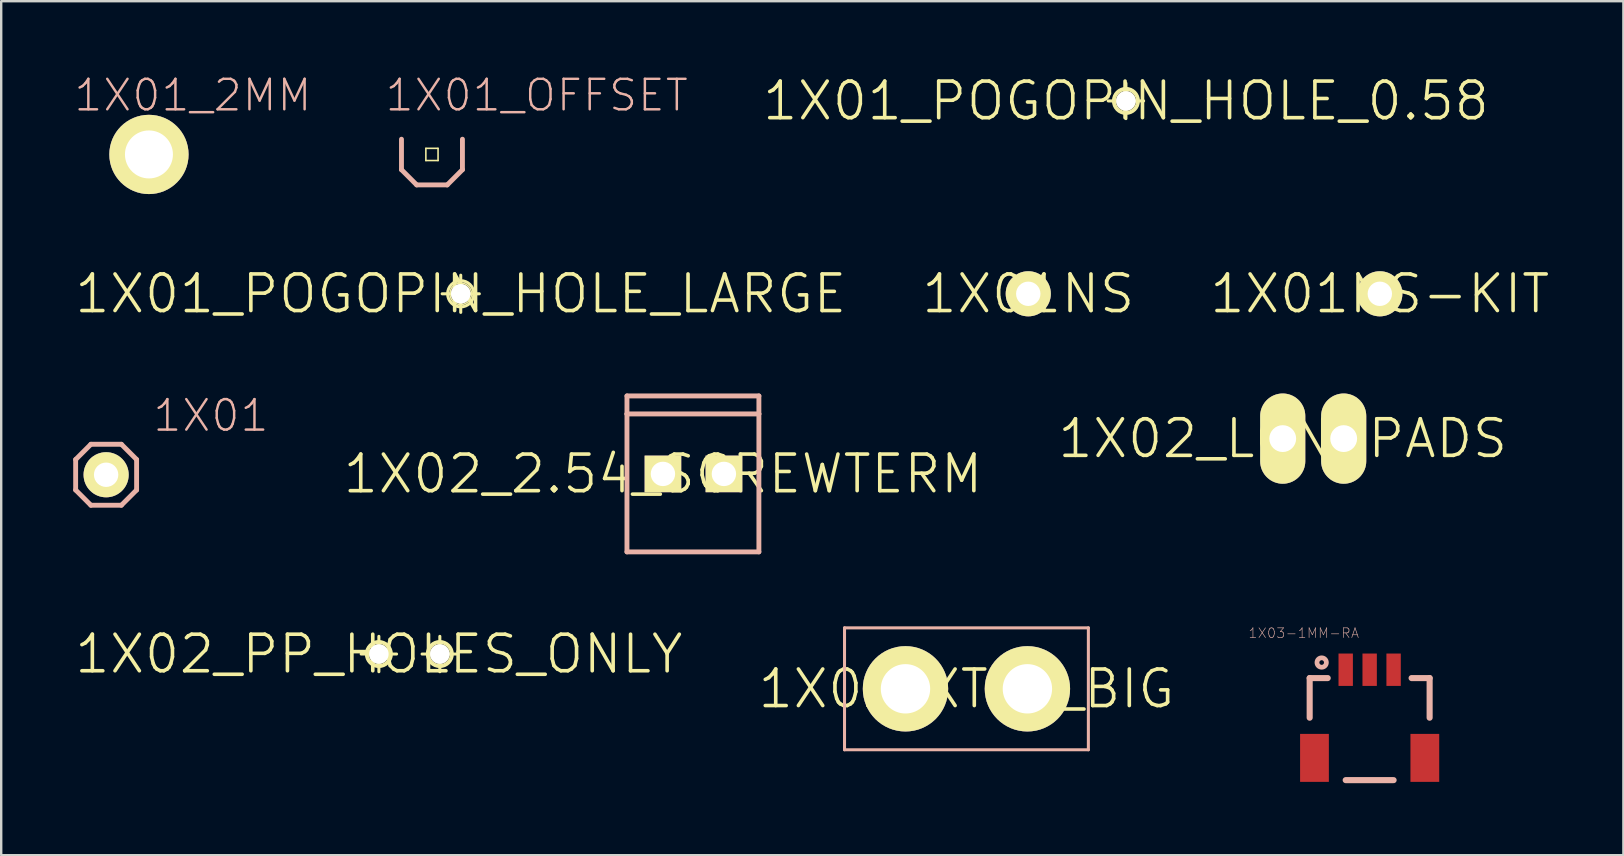
<source format=kicad_pcb>
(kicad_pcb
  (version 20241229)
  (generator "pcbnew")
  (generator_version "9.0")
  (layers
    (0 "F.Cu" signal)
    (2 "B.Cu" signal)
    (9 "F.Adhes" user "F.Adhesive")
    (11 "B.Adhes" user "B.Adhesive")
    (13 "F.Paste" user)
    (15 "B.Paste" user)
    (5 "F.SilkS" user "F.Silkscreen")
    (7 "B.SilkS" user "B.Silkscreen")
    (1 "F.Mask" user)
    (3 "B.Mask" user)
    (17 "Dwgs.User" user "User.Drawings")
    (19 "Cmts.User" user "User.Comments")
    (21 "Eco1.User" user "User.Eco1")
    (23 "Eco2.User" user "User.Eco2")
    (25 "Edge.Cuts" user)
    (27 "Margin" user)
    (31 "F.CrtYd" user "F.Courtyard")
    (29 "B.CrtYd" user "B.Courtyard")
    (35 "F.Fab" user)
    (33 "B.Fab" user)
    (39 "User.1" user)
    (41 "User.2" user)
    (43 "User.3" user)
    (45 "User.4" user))
  (footprint "1X02_LONGPADS"
    (layer "F.Cu")
    (at 50.396 15.225)
    (property "Reference" "1X02_LONGPADS" (at 0 0 0) (layer "F.SilkS") (effects (font (size 1.524 1.524) (thickness 0.15))))
    (attr exclude_from_pos_files exclude_from_bom)
    (pad "1" thru_hole oval (at 0 0 180) (size 1.88 3.759) (drill 1.118) (layers "*.Cu" "F.Mask" "F.SilkS" "F.Paste"))
    (pad "2" thru_hole oval (at 2.54 0 180) (size 1.88 3.759) (drill 1.118) (layers "*.Cu" "F.Mask" "F.SilkS" "F.Paste")))
  (footprint "1X01_POGOPIN_HOLE_0.58"
    (layer "F.Cu")
    (at 43.863 1.155)
    (property "Reference" "1X01_POGOPIN_HOLE_0.58" (at 0 0 0) (layer "F.SilkS") (effects (font (size 1.524 1.524) (thickness 0.15))))
    (attr exclude_from_pos_files exclude_from_bom)
    (fp_line (start -0.737 0) (end 0.737 0) (stroke (width 0.127) (type solid)) (layer "F.SilkS"))
    (fp_line (start 0 0.737) (end 0 -0.737) (stroke (width 0.127) (type solid)) (layer "F.SilkS"))
    (fp_circle (center 0 0) (end -0.368 0.368) (stroke (width 0.127) (type solid)) (fill no) (layer "F.SilkS"))
    (fp_circle (center 0 0) (end -0.318 0.318) (stroke (width 0.064) (type solid)) (fill no) (layer "F.SilkS"))
    (pad "1" thru_hole circle (at 0 0) (size 0.813 0.813) (drill 0.899) (layers "*.Cu" "F.Mask" "F.SilkS" "F.Paste")))
  (footprint "1X02_PP_HOLES_ONLY"
    (layer "F.Cu")
    (at 12.736 24.201)
    (property "Reference" "1X02_PP_HOLES_ONLY" (at 0 0 0) (layer "F.SilkS") (effects (font (size 1.524 1.524) (thickness 0.15))))
    (attr exclude_from_pos_files exclude_from_bom)
    (fp_line (start -0.737 0) (end 0.737 0) (stroke (width 0.127) (type solid)) (layer "F.SilkS"))
    (fp_line (start 0 0.737) (end 0 -0.737) (stroke (width 0.127) (type solid)) (layer "F.SilkS"))
    (fp_line (start 1.801 0) (end 3.277 0) (stroke (width 0.127) (type solid)) (layer "F.SilkS"))
    (fp_line (start 2.54 0.737) (end 2.54 -0.737) (stroke (width 0.127) (type solid)) (layer "F.SilkS"))
    (fp_circle (center 0 0) (end -0.368 0.368) (stroke (width 0.127) (type solid)) (fill no) (layer "F.SilkS"))
    (fp_circle (center 0 0) (end -0.318 0.318) (stroke (width 0.064) (type solid)) (fill no) (layer "F.SilkS"))
    (fp_circle (center 2.54 0) (end 2.857 0.318) (stroke (width 0.064) (type solid)) (fill no) (layer "F.SilkS"))
    (fp_circle (center 2.54 0) (end 2.908 0.368) (stroke (width 0.127) (type solid)) (fill no) (layer "F.SilkS"))
    (pad "1" thru_hole circle (at 0 0) (size 0.813 0.813) (drill 0.889) (layers "*.Cu" "F.Mask" "F.SilkS" "F.Paste"))
    (pad "2" thru_hole circle (at 2.54 0) (size 0.813 0.813) (drill 0.889) (layers "*.Cu" "F.Mask" "F.SilkS" "F.Paste")))
  (footprint "1X01NS-KIT"
    (layer "F.Cu")
    (at 54.442 9.191)
    (property "Reference" "1X01NS-KIT" (at 0 0 0) (layer "F.SilkS") (effects (font (size 1.524 1.524) (thickness 0.15))))
    (attr exclude_from_pos_files exclude_from_bom)
    (fp_circle (center 0 0) (end -0.47 0.47) (stroke (width 0) (type solid)) (fill yes) (layer "F.SilkS"))
    (fp_circle (center 0 0) (end -0.254 0.254) (stroke (width 0) (type solid)) (fill yes) (layer "F.SilkS"))
    (pad "1" thru_hole circle (at 0 0) (size 1.88 1.88) (drill 1.016) (layers "*.Cu" "F.Mask" "F.SilkS" "F.Paste")))
  (footprint "1X03-1MM-RA"
    (layer "F.Cu")
    (at 54.018 24.855)
    (property "Reference" "1X03-1MM-RA" (at -2.746 -1.527 180) (layer "B.SilkS") (effects (font (size 0.406 0.406) (thickness 0.025))))
    (attr smd)
    (fp_line (start -2.499 0.348) (end -1.748 0.348) (stroke (width 0.254) (type solid)) (layer "B.SilkS"))
    (fp_line (start -2.499 1.999) (end -2.499 0.348) (stroke (width 0.254) (type solid)) (layer "B.SilkS"))
    (fp_line (start -0.998 4.6) (end 0.998 4.6) (stroke (width 0.254) (type solid)) (layer "B.SilkS"))
    (fp_line (start 1.748 0.348) (end 2.499 0.348) (stroke (width 0.254) (type solid)) (layer "B.SilkS"))
    (fp_line (start 2.499 0.348) (end 2.499 1.999) (stroke (width 0.254) (type solid)) (layer "B.SilkS"))
    (fp_circle (center -1.999 -0.3) (end -2.068 -0.368) (stroke (width 0.198) (type solid)) (fill no) (layer "B.SilkS"))
    (pad "1" smd rect (at -0.998 0) (size 0.599 1.349) (layers "F.Cu" "F.Mask" "F.Paste"))
    (pad "2" smd rect (at 0 0) (size 0.599 1.349) (layers "F.Cu" "F.Mask" "F.Paste"))
    (pad "3" smd rect (at 0.998 0) (size 0.599 1.349) (layers "F.Cu" "F.Mask" "F.Paste"))
    (pad "NC1" smd rect (at 2.299 3.673) (size 1.199 1.999) (layers "F.Cu" "F.Mask" "F.Paste"))
    (pad "NC2" smd rect (at -2.299 3.673) (size 1.199 1.999) (layers "F.Cu" "F.Mask" "F.Paste")))
  (footprint "1X01_2MM"
    (layer "F.Cu")
    (at 3.156 3.385)
    (property "Reference" "1X01_2MM" (at 1.829 -2.464 0) (layer "B.SilkS") (effects (font (size 1.27 1.27) (thickness 0.102))))
    (attr exclude_from_pos_files exclude_from_bom)
    (pad "1" thru_hole circle (at 0 0) (size 3.302 3.302) (drill 1.999) (layers "*.Cu" "F.Mask" "F.SilkS" "F.Paste")))
  (footprint "1X02_2.54_SCREWTERM"
    (layer "F.Cu")
    (at 24.572 16.696)
    (property "Reference" "1X02_2.54_SCREWTERM" (at 0 0 0) (layer "F.SilkS") (effects (font (size 1.524 1.524) (thickness 0.15))))
    (attr exclude_from_pos_files exclude_from_bom)
    (fp_line (start -1.499 -3.249) (end 3.998 -3.249) (stroke (width 0.203) (type solid)) (layer "B.SilkS"))
    (fp_line (start -1.499 -2.499) (end -1.499 -3.249) (stroke (width 0.203) (type solid)) (layer "B.SilkS"))
    (fp_line (start -1.499 -2.499) (end 3.998 -2.499) (stroke (width 0.203) (type solid)) (layer "B.SilkS"))
    (fp_line (start -1.499 3.249) (end -1.499 -2.499) (stroke (width 0.203) (type solid)) (layer "B.SilkS"))
    (fp_line (start 3.998 -3.249) (end 3.998 -2.499) (stroke (width 0.203) (type solid)) (layer "B.SilkS"))
    (fp_line (start 3.998 -2.499) (end 3.998 3.249) (stroke (width 0.203) (type solid)) (layer "B.SilkS"))
    (fp_line (start 3.998 3.249) (end -1.499 3.249) (stroke (width 0.203) (type solid)) (layer "B.SilkS"))
    (pad "P1" thru_hole rect (at 2.54 0) (size 1.524 1.524) (drill 1.016) (layers "*.Cu" "F.Mask" "F.SilkS" "F.Paste"))
    (pad "P2" thru_hole rect (at 0 0) (size 1.524 1.524) (drill 1.016) (layers "*.Cu" "F.Mask" "F.SilkS" "F.Paste")))
  (footprint "1X01_POGOPIN_HOLE_LARGE"
    (layer "F.Cu")
    (at 16.147 9.191)
    (property "Reference" "1X01_POGOPIN_HOLE_LARGE" (at 0 0 0) (layer "F.SilkS") (effects (font (size 1.524 1.524) (thickness 0.15))))
    (attr exclude_from_pos_files exclude_from_bom)
    (fp_line (start -0.775 0) (end 0.775 0) (stroke (width 0.127) (type solid)) (layer "F.SilkS"))
    (fp_line (start 0 0.775) (end 0 -0.775) (stroke (width 0.127) (type solid)) (layer "F.SilkS"))
    (fp_circle (center 0 0) (end -0.386 0.386) (stroke (width 0.127) (type solid)) (fill no) (layer "F.SilkS"))
    (fp_circle (center 0 0) (end -0.318 0.318) (stroke (width 0.064) (type solid)) (fill no) (layer "F.SilkS"))
    (pad "1" thru_hole circle (at 0 0) (size 0.813 0.813) (drill 0.899) (layers "*.Cu" "F.Mask" "F.SilkS" "F.Paste")))
  (footprint "1X01"
    (layer "F.Cu")
    (at 1.372 16.731)
    (property "Reference" "1X01" (at 4.366 -2.464 0) (layer "B.SilkS") (effects (font (size 1.27 1.27) (thickness 0.102))))
    (attr exclude_from_pos_files exclude_from_bom)
    (fp_line (start -0.254 -0.254) (end 0.254 -0.254) (stroke (width 0.066) (type solid)) (layer "F.SilkS"))
    (fp_line (start -0.254 0.254) (end -0.254 -0.254) (stroke (width 0.066) (type solid)) (layer "F.SilkS"))
    (fp_line (start -0.254 0.254) (end 0.254 0.254) (stroke (width 0.066) (type solid)) (layer "F.SilkS"))
    (fp_line (start 0.254 0.254) (end 0.254 -0.254) (stroke (width 0.066) (type solid)) (layer "F.SilkS"))
    (fp_line (start -1.27 -0.635) (end -1.27 0.635) (stroke (width 0.203) (type solid)) (layer "B.SilkS"))
    (fp_line (start -1.27 0.635) (end -0.635 1.27) (stroke (width 0.203) (type solid)) (layer "B.SilkS"))
    (fp_line (start -0.635 -1.27) (end -1.27 -0.635) (stroke (width 0.203) (type solid)) (layer "B.SilkS"))
    (fp_line (start -0.635 1.27) (end 0.635 1.27) (stroke (width 0.203) (type solid)) (layer "B.SilkS"))
    (fp_line (start 0.635 -1.27) (end -0.635 -1.27) (stroke (width 0.203) (type solid)) (layer "B.SilkS"))
    (fp_line (start 0.635 1.27) (end 1.27 0.635) (stroke (width 0.203) (type solid)) (layer "B.SilkS"))
    (fp_line (start 1.27 -0.635) (end 0.635 -1.27) (stroke (width 0.203) (type solid)) (layer "B.SilkS"))
    (fp_line (start 1.27 0.635) (end 1.27 -0.635) (stroke (width 0.203) (type solid)) (layer "B.SilkS"))
    (pad "1" thru_hole circle (at 0 0) (size 1.88 1.88) (drill 1.016) (layers "*.Cu" "F.Mask" "F.SilkS" "F.Paste")))
  (footprint "1X01NS"
    (layer "F.Cu")
    (at 39.794 9.191)
    (property "Reference" "1X01NS" (at 0 0 0) (layer "F.SilkS") (effects (font (size 1.524 1.524) (thickness 0.15))))
    (attr exclude_from_pos_files exclude_from_bom)
    (pad "1" thru_hole circle (at 0 0) (size 1.88 1.88) (drill 1.016) (layers "*.Cu" "F.Mask" "F.SilkS" "F.Paste")))
  (footprint "1X01_OFFSET"
    (layer "F.Cu")
    (at 14.948 3.385)
    (property "Reference" "1X01_OFFSET" (at 4.366 -2.464 0) (layer "B.SilkS") (effects (font (size 1.27 1.27) (thickness 0.102))))
    (attr exclude_from_pos_files exclude_from_bom)
    (fp_line (start -0.254 -0.254) (end 0.254 -0.254) (stroke (width 0.066) (type solid)) (layer "F.SilkS"))
    (fp_line (start -0.254 0.254) (end -0.254 -0.254) (stroke (width 0.066) (type solid)) (layer "F.SilkS"))
    (fp_line (start -0.254 0.254) (end 0.254 0.254) (stroke (width 0.066) (type solid)) (layer "F.SilkS"))
    (fp_line (start 0.254 0.254) (end 0.254 -0.254) (stroke (width 0.066) (type solid)) (layer "F.SilkS"))
    (fp_line (start -1.27 -0.635) (end -1.27 0.635) (stroke (width 0.203) (type solid)) (layer "B.SilkS"))
    (fp_line (start -1.27 0.635) (end -0.635 1.27) (stroke (width 0.203) (type solid)) (layer "B.SilkS"))
    (fp_line (start -0.635 1.27) (end 0.635 1.27) (stroke (width 0.203) (type solid)) (layer "B.SilkS"))
    (fp_line (start 0.635 1.27) (end 1.27 0.635) (stroke (width 0.203) (type solid)) (layer "B.SilkS"))
    (fp_line (start 1.27 0.635) (end 1.27 -0.635) (stroke (width 0.203) (type solid)) (layer "B.SilkS"))
    (pad "1" thru_hole rect (at 0 0) (size 0.001 0.001) (drill 1.118) (layers "*.Cu" "F.Mask" "F.SilkS" "F.Paste")))
  (footprint "1X02_XTRA_BIG"
    (layer "F.Cu")
    (at 37.218 25.65)
    (property "Reference" "1X02_XTRA_BIG" (at 0 0 0) (layer "F.SilkS") (effects (font (size 1.524 1.524) (thickness 0.15))))
    (attr exclude_from_pos_files exclude_from_bom)
    (fp_line (start -5.08 -2.54) (end -5.08 2.54) (stroke (width 0.127) (type solid)) (layer "B.SilkS"))
    (fp_line (start -5.08 2.54) (end 5.08 2.54) (stroke (width 0.127) (type solid)) (layer "B.SilkS"))
    (fp_line (start 5.08 -2.54) (end -5.08 -2.54) (stroke (width 0.127) (type solid)) (layer "B.SilkS"))
    (fp_line (start 5.08 2.54) (end 5.08 -2.54) (stroke (width 0.127) (type solid)) (layer "B.SilkS"))
    (pad "1" thru_hole circle (at -2.54 0) (size 3.556 3.556) (drill 2.057) (layers "*.Cu" "F.Mask" "F.SilkS" "F.Paste"))
    (pad "2" thru_hole circle (at 2.54 0) (size 3.556 3.556) (drill 2.057) (layers "*.Cu" "F.Mask" "F.SilkS" "F.Paste")))
  (gr_rect
    (start -3 -3)
    (end 64.59 32.582)
    (stroke (width 0.1) (type default))
    (fill no)
    (layer "Edge.Cuts")))
</source>
